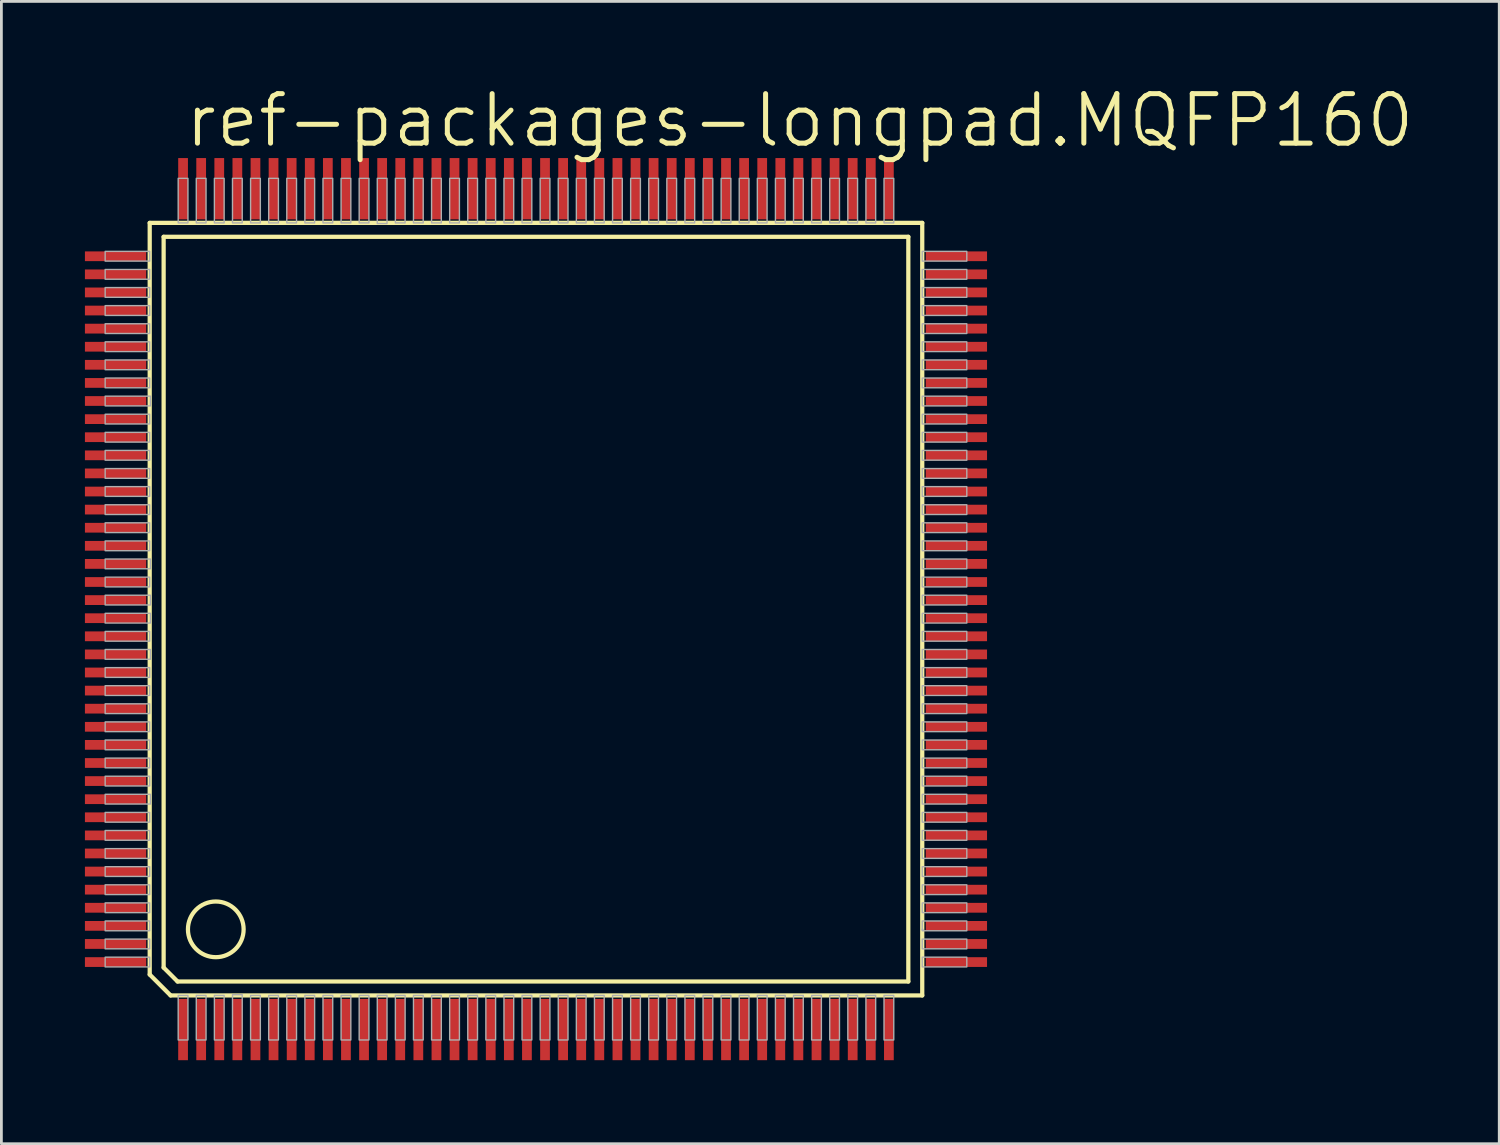
<source format=kicad_pcb>
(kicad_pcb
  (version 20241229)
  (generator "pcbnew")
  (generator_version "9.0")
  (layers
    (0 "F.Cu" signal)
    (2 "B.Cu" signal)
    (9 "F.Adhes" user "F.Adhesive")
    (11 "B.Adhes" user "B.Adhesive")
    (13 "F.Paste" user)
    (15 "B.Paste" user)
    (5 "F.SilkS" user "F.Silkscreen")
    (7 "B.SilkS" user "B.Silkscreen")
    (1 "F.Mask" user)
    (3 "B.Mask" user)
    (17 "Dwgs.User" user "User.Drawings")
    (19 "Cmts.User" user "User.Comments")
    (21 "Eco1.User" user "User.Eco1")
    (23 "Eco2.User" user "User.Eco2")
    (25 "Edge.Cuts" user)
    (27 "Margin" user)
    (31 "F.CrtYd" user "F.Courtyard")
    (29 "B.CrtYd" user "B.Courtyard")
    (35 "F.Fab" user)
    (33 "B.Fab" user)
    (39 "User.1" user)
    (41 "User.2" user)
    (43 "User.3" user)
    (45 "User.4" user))
  (footprint "ref-packages-longpad.MQFP160"
    (layer "F.Cu")
    (at 16.2 18.828)
    (property "Reference" "ref-packages-longpad.MQFP160" (at -12.7 -16.51 0) (layer "F.SilkS") (effects (font (size 1.778 1.778) (thickness 0.18)) (justify left bottom)))
    (attr smd)
    (fp_line (start -13.873 -13.873) (end -13.873 13.123) (stroke (width 0.152) (type default)) (layer "F.SilkS"))
    (fp_line (start -13.873 13.123) (end -13.123 13.873) (stroke (width 0.152) (type default)) (layer "F.SilkS"))
    (fp_line (start -13.373 -13.373) (end 13.373 -13.373) (stroke (width 0.152) (type default)) (layer "F.SilkS"))
    (fp_line (start -13.373 12.873) (end -13.373 -13.373) (stroke (width 0.152) (type default)) (layer "F.SilkS"))
    (fp_line (start -13.123 13.873) (end 13.873 13.873) (stroke (width 0.152) (type default)) (layer "F.SilkS"))
    (fp_line (start -12.873 13.373) (end -13.373 12.873) (stroke (width 0.152) (type default)) (layer "F.SilkS"))
    (fp_line (start 13.373 -13.373) (end 13.373 13.373) (stroke (width 0.152) (type default)) (layer "F.SilkS"))
    (fp_line (start 13.373 13.373) (end -12.873 13.373) (stroke (width 0.152) (type default)) (layer "F.SilkS"))
    (fp_line (start 13.873 -13.873) (end -13.873 -13.873) (stroke (width 0.152) (type default)) (layer "F.SilkS"))
    (fp_line (start 13.873 13.873) (end 13.873 -13.873) (stroke (width 0.152) (type default)) (layer "F.SilkS"))
    (fp_circle (center -11.5 11.5) (end -10.5 11.5) (stroke (width 0.152) (type default)) (fill no) (layer "F.SilkS"))
    (fp_rect (start -15.473 -12.5) (end -13.873 -12.85) (stroke (width 0.05) (type default)) (fill no) (layer "F.Fab"))
    (fp_rect (start -15.473 -11.85) (end -13.873 -12.2) (stroke (width 0.05) (type default)) (fill no) (layer "F.Fab"))
    (fp_rect (start -15.473 -11.2) (end -13.873 -11.55) (stroke (width 0.05) (type default)) (fill no) (layer "F.Fab"))
    (fp_rect (start -15.473 -10.55) (end -13.873 -10.9) (stroke (width 0.05) (type default)) (fill no) (layer "F.Fab"))
    (fp_rect (start -15.473 -9.9) (end -13.873 -10.25) (stroke (width 0.05) (type default)) (fill no) (layer "F.Fab"))
    (fp_rect (start -15.473 -9.25) (end -13.873 -9.6) (stroke (width 0.05) (type default)) (fill no) (layer "F.Fab"))
    (fp_rect (start -15.473 -8.6) (end -13.873 -8.95) (stroke (width 0.05) (type default)) (fill no) (layer "F.Fab"))
    (fp_rect (start -15.473 -7.95) (end -13.873 -8.3) (stroke (width 0.05) (type default)) (fill no) (layer "F.Fab"))
    (fp_rect (start -15.473 -7.3) (end -13.848 -7.65) (stroke (width 0.05) (type default)) (fill no) (layer "F.Fab"))
    (fp_rect (start -15.473 -6.65) (end -13.873 -7) (stroke (width 0.05) (type default)) (fill no) (layer "F.Fab"))
    (fp_rect (start -15.473 -6) (end -13.873 -6.35) (stroke (width 0.05) (type default)) (fill no) (layer "F.Fab"))
    (fp_rect (start -15.473 -5.35) (end -13.873 -5.7) (stroke (width 0.05) (type default)) (fill no) (layer "F.Fab"))
    (fp_rect (start -15.473 -4.7) (end -13.873 -5.05) (stroke (width 0.05) (type default)) (fill no) (layer "F.Fab"))
    (fp_rect (start -15.473 -4.05) (end -13.873 -4.4) (stroke (width 0.05) (type default)) (fill no) (layer "F.Fab"))
    (fp_rect (start -15.473 -3.4) (end -13.873 -3.75) (stroke (width 0.05) (type default)) (fill no) (layer "F.Fab"))
    (fp_rect (start -15.473 -2.75) (end -13.873 -3.1) (stroke (width 0.05) (type default)) (fill no) (layer "F.Fab"))
    (fp_rect (start -15.473 -2.1) (end -13.873 -2.45) (stroke (width 0.05) (type default)) (fill no) (layer "F.Fab"))
    (fp_rect (start -15.473 -1.45) (end -13.848 -1.8) (stroke (width 0.05) (type default)) (fill no) (layer "F.Fab"))
    (fp_rect (start -15.473 -0.8) (end -13.873 -1.15) (stroke (width 0.05) (type default)) (fill no) (layer "F.Fab"))
    (fp_rect (start -15.473 -0.15) (end -13.848 -0.5) (stroke (width 0.05) (type default)) (fill no) (layer "F.Fab"))
    (fp_rect (start -15.473 0.5) (end -13.848 0.15) (stroke (width 0.05) (type default)) (fill no) (layer "F.Fab"))
    (fp_rect (start -15.473 1.15) (end -13.873 0.8) (stroke (width 0.05) (type default)) (fill no) (layer "F.Fab"))
    (fp_rect (start -15.473 1.8) (end -13.848 1.45) (stroke (width 0.05) (type default)) (fill no) (layer "F.Fab"))
    (fp_rect (start -15.473 2.45) (end -13.873 2.1) (stroke (width 0.05) (type default)) (fill no) (layer "F.Fab"))
    (fp_rect (start -15.473 3.1) (end -13.873 2.75) (stroke (width 0.05) (type default)) (fill no) (layer "F.Fab"))
    (fp_rect (start -15.473 3.75) (end -13.873 3.4) (stroke (width 0.05) (type default)) (fill no) (layer "F.Fab"))
    (fp_rect (start -15.473 4.4) (end -13.873 4.05) (stroke (width 0.05) (type default)) (fill no) (layer "F.Fab"))
    (fp_rect (start -15.473 5.05) (end -13.873 4.7) (stroke (width 0.05) (type default)) (fill no) (layer "F.Fab"))
    (fp_rect (start -15.473 5.7) (end -13.873 5.35) (stroke (width 0.05) (type default)) (fill no) (layer "F.Fab"))
    (fp_rect (start -15.473 6.35) (end -13.873 6) (stroke (width 0.05) (type default)) (fill no) (layer "F.Fab"))
    (fp_rect (start -15.473 7) (end -13.848 6.65) (stroke (width 0.05) (type default)) (fill no) (layer "F.Fab"))
    (fp_rect (start -15.473 7.65) (end -13.873 7.3) (stroke (width 0.05) (type default)) (fill no) (layer "F.Fab"))
    (fp_rect (start -15.473 8.3) (end -13.873 7.95) (stroke (width 0.05) (type default)) (fill no) (layer "F.Fab"))
    (fp_rect (start -15.473 8.95) (end -13.873 8.6) (stroke (width 0.05) (type default)) (fill no) (layer "F.Fab"))
    (fp_rect (start -15.473 9.6) (end -13.873 9.25) (stroke (width 0.05) (type default)) (fill no) (layer "F.Fab"))
    (fp_rect (start -15.473 10.25) (end -13.873 9.9) (stroke (width 0.05) (type default)) (fill no) (layer "F.Fab"))
    (fp_rect (start -15.473 10.9) (end -13.873 10.55) (stroke (width 0.05) (type default)) (fill no) (layer "F.Fab"))
    (fp_rect (start -15.473 11.55) (end -13.873 11.2) (stroke (width 0.05) (type default)) (fill no) (layer "F.Fab"))
    (fp_rect (start -15.473 12.2) (end -13.873 11.85) (stroke (width 0.05) (type default)) (fill no) (layer "F.Fab"))
    (fp_rect (start -15.473 12.85) (end -13.873 12.5) (stroke (width 0.05) (type default)) (fill no) (layer "F.Fab"))
    (fp_rect (start -12.85 -13.873) (end -12.5 -15.473) (stroke (width 0.05) (type default)) (fill no) (layer "F.Fab"))
    (fp_rect (start -12.85 15.473) (end -12.5 13.873) (stroke (width 0.05) (type default)) (fill no) (layer "F.Fab"))
    (fp_rect (start -12.2 -13.873) (end -11.85 -15.473) (stroke (width 0.05) (type default)) (fill no) (layer "F.Fab"))
    (fp_rect (start -12.2 15.473) (end -11.85 13.873) (stroke (width 0.05) (type default)) (fill no) (layer "F.Fab"))
    (fp_rect (start -11.55 -13.873) (end -11.2 -15.473) (stroke (width 0.05) (type default)) (fill no) (layer "F.Fab"))
    (fp_rect (start -11.55 15.473) (end -11.2 13.873) (stroke (width 0.05) (type default)) (fill no) (layer "F.Fab"))
    (fp_rect (start -10.9 -13.873) (end -10.55 -15.473) (stroke (width 0.05) (type default)) (fill no) (layer "F.Fab"))
    (fp_rect (start -10.9 15.473) (end -10.55 13.848) (stroke (width 0.05) (type default)) (fill no) (layer "F.Fab"))
    (fp_rect (start -10.25 -13.873) (end -9.9 -15.473) (stroke (width 0.05) (type default)) (fill no) (layer "F.Fab"))
    (fp_rect (start -10.25 15.473) (end -9.9 13.873) (stroke (width 0.05) (type default)) (fill no) (layer "F.Fab"))
    (fp_rect (start -9.6 -13.873) (end -9.25 -15.473) (stroke (width 0.05) (type default)) (fill no) (layer "F.Fab"))
    (fp_rect (start -9.6 15.473) (end -9.25 13.873) (stroke (width 0.05) (type default)) (fill no) (layer "F.Fab"))
    (fp_rect (start -8.95 -13.873) (end -8.6 -15.473) (stroke (width 0.05) (type default)) (fill no) (layer "F.Fab"))
    (fp_rect (start -8.95 15.473) (end -8.6 13.873) (stroke (width 0.05) (type default)) (fill no) (layer "F.Fab"))
    (fp_rect (start -8.3 -13.873) (end -7.95 -15.473) (stroke (width 0.05) (type default)) (fill no) (layer "F.Fab"))
    (fp_rect (start -8.3 15.473) (end -7.95 13.873) (stroke (width 0.05) (type default)) (fill no) (layer "F.Fab"))
    (fp_rect (start -7.65 -13.873) (end -7.3 -15.473) (stroke (width 0.05) (type default)) (fill no) (layer "F.Fab"))
    (fp_rect (start -7.65 15.473) (end -7.3 13.873) (stroke (width 0.05) (type default)) (fill no) (layer "F.Fab"))
    (fp_rect (start -7 -13.873) (end -6.65 -15.473) (stroke (width 0.05) (type default)) (fill no) (layer "F.Fab"))
    (fp_rect (start -7 15.473) (end -6.65 13.873) (stroke (width 0.05) (type default)) (fill no) (layer "F.Fab"))
    (fp_rect (start -6.35 -13.873) (end -6 -15.473) (stroke (width 0.05) (type default)) (fill no) (layer "F.Fab"))
    (fp_rect (start -6.35 15.473) (end -6 13.873) (stroke (width 0.05) (type default)) (fill no) (layer "F.Fab"))
    (fp_rect (start -5.7 -13.848) (end -5.35 -15.473) (stroke (width 0.05) (type default)) (fill no) (layer "F.Fab"))
    (fp_rect (start -5.7 15.473) (end -5.35 13.873) (stroke (width 0.05) (type default)) (fill no) (layer "F.Fab"))
    (fp_rect (start -5.05 -13.873) (end -4.7 -15.473) (stroke (width 0.05) (type default)) (fill no) (layer "F.Fab"))
    (fp_rect (start -5.05 15.473) (end -4.7 13.873) (stroke (width 0.05) (type default)) (fill no) (layer "F.Fab"))
    (fp_rect (start -4.4 -13.873) (end -4.05 -15.473) (stroke (width 0.05) (type default)) (fill no) (layer "F.Fab"))
    (fp_rect (start -4.4 15.473) (end -4.05 13.873) (stroke (width 0.05) (type default)) (fill no) (layer "F.Fab"))
    (fp_rect (start -3.75 -13.873) (end -3.4 -15.473) (stroke (width 0.05) (type default)) (fill no) (layer "F.Fab"))
    (fp_rect (start -3.75 15.473) (end -3.4 13.873) (stroke (width 0.05) (type default)) (fill no) (layer "F.Fab"))
    (fp_rect (start -3.1 -13.873) (end -2.75 -15.473) (stroke (width 0.05) (type default)) (fill no) (layer "F.Fab"))
    (fp_rect (start -3.1 15.473) (end -2.75 13.873) (stroke (width 0.05) (type default)) (fill no) (layer "F.Fab"))
    (fp_rect (start -2.45 -13.873) (end -2.1 -15.473) (stroke (width 0.05) (type default)) (fill no) (layer "F.Fab"))
    (fp_rect (start -2.45 15.473) (end -2.1 13.873) (stroke (width 0.05) (type default)) (fill no) (layer "F.Fab"))
    (fp_rect (start -1.8 -13.873) (end -1.45 -15.473) (stroke (width 0.05) (type default)) (fill no) (layer "F.Fab"))
    (fp_rect (start -1.8 15.473) (end -1.45 13.873) (stroke (width 0.05) (type default)) (fill no) (layer "F.Fab"))
    (fp_rect (start -1.15 -13.873) (end -0.8 -15.473) (stroke (width 0.05) (type default)) (fill no) (layer "F.Fab"))
    (fp_rect (start -1.15 15.473) (end -0.8 13.873) (stroke (width 0.05) (type default)) (fill no) (layer "F.Fab"))
    (fp_rect (start -0.5 -13.873) (end -0.15 -15.473) (stroke (width 0.05) (type default)) (fill no) (layer "F.Fab"))
    (fp_rect (start -0.5 15.473) (end -0.15 13.873) (stroke (width 0.05) (type default)) (fill no) (layer "F.Fab"))
    (fp_rect (start 0.15 -13.873) (end 0.5 -15.473) (stroke (width 0.05) (type default)) (fill no) (layer "F.Fab"))
    (fp_rect (start 0.15 15.473) (end 0.5 13.873) (stroke (width 0.05) (type default)) (fill no) (layer "F.Fab"))
    (fp_rect (start 0.8 -13.873) (end 1.15 -15.473) (stroke (width 0.05) (type default)) (fill no) (layer "F.Fab"))
    (fp_rect (start 0.8 15.473) (end 1.15 13.873) (stroke (width 0.05) (type default)) (fill no) (layer "F.Fab"))
    (fp_rect (start 1.45 -13.873) (end 1.8 -15.473) (stroke (width 0.05) (type default)) (fill no) (layer "F.Fab"))
    (fp_rect (start 1.45 15.473) (end 1.8 13.873) (stroke (width 0.05) (type default)) (fill no) (layer "F.Fab"))
    (fp_rect (start 2.1 -13.873) (end 2.45 -15.473) (stroke (width 0.05) (type default)) (fill no) (layer "F.Fab"))
    (fp_rect (start 2.1 15.473) (end 2.45 13.873) (stroke (width 0.05) (type default)) (fill no) (layer "F.Fab"))
    (fp_rect (start 2.75 -13.873) (end 3.1 -15.473) (stroke (width 0.05) (type default)) (fill no) (layer "F.Fab"))
    (fp_rect (start 2.75 15.473) (end 3.1 13.873) (stroke (width 0.05) (type default)) (fill no) (layer "F.Fab"))
    (fp_rect (start 3.4 -13.873) (end 3.75 -15.473) (stroke (width 0.05) (type default)) (fill no) (layer "F.Fab"))
    (fp_rect (start 3.4 15.473) (end 3.75 13.873) (stroke (width 0.05) (type default)) (fill no) (layer "F.Fab"))
    (fp_rect (start 4.05 -13.873) (end 4.4 -15.473) (stroke (width 0.05) (type default)) (fill no) (layer "F.Fab"))
    (fp_rect (start 4.05 15.473) (end 4.4 13.873) (stroke (width 0.05) (type default)) (fill no) (layer "F.Fab"))
    (fp_rect (start 4.7 -13.873) (end 5.05 -15.473) (stroke (width 0.05) (type default)) (fill no) (layer "F.Fab"))
    (fp_rect (start 4.7 15.473) (end 5.05 13.873) (stroke (width 0.05) (type default)) (fill no) (layer "F.Fab"))
    (fp_rect (start 5.35 -13.873) (end 5.7 -15.473) (stroke (width 0.05) (type default)) (fill no) (layer "F.Fab"))
    (fp_rect (start 5.35 15.473) (end 5.7 13.873) (stroke (width 0.05) (type default)) (fill no) (layer "F.Fab"))
    (fp_rect (start 6 -13.873) (end 6.35 -15.473) (stroke (width 0.05) (type default)) (fill no) (layer "F.Fab"))
    (fp_rect (start 6 15.473) (end 6.35 13.873) (stroke (width 0.05) (type default)) (fill no) (layer "F.Fab"))
    (fp_rect (start 6.65 -13.873) (end 7 -15.473) (stroke (width 0.05) (type default)) (fill no) (layer "F.Fab"))
    (fp_rect (start 6.65 15.473) (end 7 13.873) (stroke (width 0.05) (type default)) (fill no) (layer "F.Fab"))
    (fp_rect (start 7.3 -13.873) (end 7.65 -15.473) (stroke (width 0.05) (type default)) (fill no) (layer "F.Fab"))
    (fp_rect (start 7.3 15.473) (end 7.65 13.873) (stroke (width 0.05) (type default)) (fill no) (layer "F.Fab"))
    (fp_rect (start 7.95 -13.873) (end 8.3 -15.473) (stroke (width 0.05) (type default)) (fill no) (layer "F.Fab"))
    (fp_rect (start 7.95 15.473) (end 8.3 13.873) (stroke (width 0.05) (type default)) (fill no) (layer "F.Fab"))
    (fp_rect (start 8.6 -13.873) (end 8.95 -15.473) (stroke (width 0.05) (type default)) (fill no) (layer "F.Fab"))
    (fp_rect (start 8.6 15.473) (end 8.95 13.873) (stroke (width 0.05) (type default)) (fill no) (layer "F.Fab"))
    (fp_rect (start 9.25 -13.873) (end 9.6 -15.473) (stroke (width 0.05) (type default)) (fill no) (layer "F.Fab"))
    (fp_rect (start 9.25 15.473) (end 9.6 13.873) (stroke (width 0.05) (type default)) (fill no) (layer "F.Fab"))
    (fp_rect (start 9.9 -13.873) (end 10.25 -15.473) (stroke (width 0.05) (type default)) (fill no) (layer "F.Fab"))
    (fp_rect (start 9.9 15.473) (end 10.25 13.873) (stroke (width 0.05) (type default)) (fill no) (layer "F.Fab"))
    (fp_rect (start 10.55 -13.873) (end 10.9 -15.473) (stroke (width 0.05) (type default)) (fill no) (layer "F.Fab"))
    (fp_rect (start 10.55 15.473) (end 10.9 13.873) (stroke (width 0.05) (type default)) (fill no) (layer "F.Fab"))
    (fp_rect (start 11.2 -13.873) (end 11.55 -15.473) (stroke (width 0.05) (type default)) (fill no) (layer "F.Fab"))
    (fp_rect (start 11.2 13.873) (end 11.225 13.848) (stroke (width 0.05) (type default)) (fill no) (layer "F.Fab"))
    (fp_rect (start 11.2 15.473) (end 11.55 13.873) (stroke (width 0.05) (type default)) (fill no) (layer "F.Fab"))
    (fp_rect (start 11.85 -13.873) (end 12.2 -15.473) (stroke (width 0.05) (type default)) (fill no) (layer "F.Fab"))
    (fp_rect (start 11.85 15.473) (end 12.2 13.873) (stroke (width 0.05) (type default)) (fill no) (layer "F.Fab"))
    (fp_rect (start 12.5 -13.873) (end 12.85 -15.473) (stroke (width 0.05) (type default)) (fill no) (layer "F.Fab"))
    (fp_rect (start 12.5 15.473) (end 12.85 13.873) (stroke (width 0.05) (type default)) (fill no) (layer "F.Fab"))
    (fp_rect (start 13.873 -12.5) (end 15.473 -12.85) (stroke (width 0.05) (type default)) (fill no) (layer "F.Fab"))
    (fp_rect (start 13.873 -11.85) (end 15.473 -12.2) (stroke (width 0.05) (type default)) (fill no) (layer "F.Fab"))
    (fp_rect (start 13.873 -11.2) (end 15.473 -11.55) (stroke (width 0.05) (type default)) (fill no) (layer "F.Fab"))
    (fp_rect (start 13.873 -10.55) (end 15.473 -10.9) (stroke (width 0.05) (type default)) (fill no) (layer "F.Fab"))
    (fp_rect (start 13.873 -9.9) (end 15.473 -10.25) (stroke (width 0.05) (type default)) (fill no) (layer "F.Fab"))
    (fp_rect (start 13.873 -9.25) (end 15.473 -9.6) (stroke (width 0.05) (type default)) (fill no) (layer "F.Fab"))
    (fp_rect (start 13.873 -8.6) (end 15.473 -8.95) (stroke (width 0.05) (type default)) (fill no) (layer "F.Fab"))
    (fp_rect (start 13.873 -7.95) (end 15.473 -8.3) (stroke (width 0.05) (type default)) (fill no) (layer "F.Fab"))
    (fp_rect (start 13.873 -7.3) (end 15.473 -7.65) (stroke (width 0.05) (type default)) (fill no) (layer "F.Fab"))
    (fp_rect (start 13.873 -6.65) (end 15.473 -7) (stroke (width 0.05) (type default)) (fill no) (layer "F.Fab"))
    (fp_rect (start 13.873 -6) (end 15.473 -6.35) (stroke (width 0.05) (type default)) (fill no) (layer "F.Fab"))
    (fp_rect (start 13.873 -5.35) (end 15.473 -5.7) (stroke (width 0.05) (type default)) (fill no) (layer "F.Fab"))
    (fp_rect (start 13.873 -4.7) (end 15.473 -5.05) (stroke (width 0.05) (type default)) (fill no) (layer "F.Fab"))
    (fp_rect (start 13.873 -4.05) (end 15.473 -4.4) (stroke (width 0.05) (type default)) (fill no) (layer "F.Fab"))
    (fp_rect (start 13.873 -3.4) (end 15.473 -3.75) (stroke (width 0.05) (type default)) (fill no) (layer "F.Fab"))
    (fp_rect (start 13.873 -2.75) (end 15.473 -3.1) (stroke (width 0.05) (type default)) (fill no) (layer "F.Fab"))
    (fp_rect (start 13.873 -2.1) (end 15.473 -2.45) (stroke (width 0.05) (type default)) (fill no) (layer "F.Fab"))
    (fp_rect (start 13.873 -1.45) (end 15.473 -1.8) (stroke (width 0.05) (type default)) (fill no) (layer "F.Fab"))
    (fp_rect (start 13.873 -0.8) (end 15.473 -1.15) (stroke (width 0.05) (type default)) (fill no) (layer "F.Fab"))
    (fp_rect (start 13.873 -0.15) (end 15.473 -0.5) (stroke (width 0.05) (type default)) (fill no) (layer "F.Fab"))
    (fp_rect (start 13.873 0.5) (end 15.473 0.15) (stroke (width 0.05) (type default)) (fill no) (layer "F.Fab"))
    (fp_rect (start 13.873 1.15) (end 15.473 0.8) (stroke (width 0.05) (type default)) (fill no) (layer "F.Fab"))
    (fp_rect (start 13.873 1.8) (end 15.473 1.45) (stroke (width 0.05) (type default)) (fill no) (layer "F.Fab"))
    (fp_rect (start 13.873 2.45) (end 15.473 2.1) (stroke (width 0.05) (type default)) (fill no) (layer "F.Fab"))
    (fp_rect (start 13.873 3.1) (end 15.473 2.75) (stroke (width 0.05) (type default)) (fill no) (layer "F.Fab"))
    (fp_rect (start 13.873 3.75) (end 15.473 3.4) (stroke (width 0.05) (type default)) (fill no) (layer "F.Fab"))
    (fp_rect (start 13.873 4.4) (end 15.473 4.05) (stroke (width 0.05) (type default)) (fill no) (layer "F.Fab"))
    (fp_rect (start 13.873 5.05) (end 15.473 4.7) (stroke (width 0.05) (type default)) (fill no) (layer "F.Fab"))
    (fp_rect (start 13.873 5.7) (end 15.473 5.35) (stroke (width 0.05) (type default)) (fill no) (layer "F.Fab"))
    (fp_rect (start 13.873 6.35) (end 15.473 6) (stroke (width 0.05) (type default)) (fill no) (layer "F.Fab"))
    (fp_rect (start 13.873 7) (end 15.473 6.65) (stroke (width 0.05) (type default)) (fill no) (layer "F.Fab"))
    (fp_rect (start 13.873 7.65) (end 15.473 7.3) (stroke (width 0.05) (type default)) (fill no) (layer "F.Fab"))
    (fp_rect (start 13.873 8.3) (end 15.473 7.95) (stroke (width 0.05) (type default)) (fill no) (layer "F.Fab"))
    (fp_rect (start 13.873 8.95) (end 15.473 8.6) (stroke (width 0.05) (type default)) (fill no) (layer "F.Fab"))
    (fp_rect (start 13.873 9.6) (end 15.473 9.25) (stroke (width 0.05) (type default)) (fill no) (layer "F.Fab"))
    (fp_rect (start 13.873 10.25) (end 15.473 9.9) (stroke (width 0.05) (type default)) (fill no) (layer "F.Fab"))
    (fp_rect (start 13.873 10.9) (end 15.473 10.55) (stroke (width 0.05) (type default)) (fill no) (layer "F.Fab"))
    (fp_rect (start 13.873 11.525) (end 13.898 11.5) (stroke (width 0.05) (type default)) (fill no) (layer "F.Fab"))
    (fp_rect (start 13.873 11.55) (end 15.473 11.2) (stroke (width 0.05) (type default)) (fill no) (layer "F.Fab"))
    (fp_rect (start 13.873 12.2) (end 15.473 11.85) (stroke (width 0.05) (type default)) (fill no) (layer "F.Fab"))
    (fp_rect (start 13.873 12.85) (end 15.473 12.5) (stroke (width 0.05) (type default)) (fill no) (layer "F.Fab"))
    (pad "1" smd roundrect (at -12.675 15.1) (size 0.35 2.2) (layers "F.Cu" "F.Mask" "F.Paste") (roundrect_rratio 0.01))
    (pad "2" smd roundrect (at -12.025 15.1) (size 0.35 2.2) (layers "F.Cu" "F.Mask" "F.Paste") (roundrect_rratio 0.01))
    (pad "3" smd roundrect (at -11.375 15.1) (size 0.35 2.2) (layers "F.Cu" "F.Mask" "F.Paste") (roundrect_rratio 0.01))
    (pad "4" smd roundrect (at -10.725 15.1) (size 0.35 2.2) (layers "F.Cu" "F.Mask" "F.Paste") (roundrect_rratio 0.01))
    (pad "5" smd roundrect (at -10.075 15.1) (size 0.35 2.2) (layers "F.Cu" "F.Mask" "F.Paste") (roundrect_rratio 0.01))
    (pad "6" smd roundrect (at -9.425 15.1) (size 0.35 2.2) (layers "F.Cu" "F.Mask" "F.Paste") (roundrect_rratio 0.01))
    (pad "7" smd roundrect (at -8.775 15.1) (size 0.35 2.2) (layers "F.Cu" "F.Mask" "F.Paste") (roundrect_rratio 0.01))
    (pad "8" smd roundrect (at -8.125 15.1) (size 0.35 2.2) (layers "F.Cu" "F.Mask" "F.Paste") (roundrect_rratio 0.01))
    (pad "9" smd roundrect (at -7.475 15.1) (size 0.35 2.2) (layers "F.Cu" "F.Mask" "F.Paste") (roundrect_rratio 0.01))
    (pad "10" smd roundrect (at -6.825 15.1) (size 0.35 2.2) (layers "F.Cu" "F.Mask" "F.Paste") (roundrect_rratio 0.01))
    (pad "11" smd roundrect (at -6.175 15.1) (size 0.35 2.2) (layers "F.Cu" "F.Mask" "F.Paste") (roundrect_rratio 0.01))
    (pad "12" smd roundrect (at -5.525 15.1) (size 0.35 2.2) (layers "F.Cu" "F.Mask" "F.Paste") (roundrect_rratio 0.01))
    (pad "13" smd roundrect (at -4.875 15.1) (size 0.35 2.2) (layers "F.Cu" "F.Mask" "F.Paste") (roundrect_rratio 0.01))
    (pad "14" smd roundrect (at -4.225 15.1) (size 0.35 2.2) (layers "F.Cu" "F.Mask" "F.Paste") (roundrect_rratio 0.01))
    (pad "15" smd roundrect (at -3.575 15.1) (size 0.35 2.2) (layers "F.Cu" "F.Mask" "F.Paste") (roundrect_rratio 0.01))
    (pad "16" smd roundrect (at -2.925 15.1) (size 0.35 2.2) (layers "F.Cu" "F.Mask" "F.Paste") (roundrect_rratio 0.01))
    (pad "17" smd roundrect (at -2.275 15.1) (size 0.35 2.2) (layers "F.Cu" "F.Mask" "F.Paste") (roundrect_rratio 0.01))
    (pad "18" smd roundrect (at -1.625 15.1) (size 0.35 2.2) (layers "F.Cu" "F.Mask" "F.Paste") (roundrect_rratio 0.01))
    (pad "19" smd roundrect (at -0.975 15.1) (size 0.35 2.2) (layers "F.Cu" "F.Mask" "F.Paste") (roundrect_rratio 0.01))
    (pad "20" smd roundrect (at -0.325 15.1) (size 0.35 2.2) (layers "F.Cu" "F.Mask" "F.Paste") (roundrect_rratio 0.01))
    (pad "21" smd roundrect (at 0.325 15.1) (size 0.35 2.2) (layers "F.Cu" "F.Mask" "F.Paste") (roundrect_rratio 0.01))
    (pad "22" smd roundrect (at 0.975 15.1) (size 0.35 2.2) (layers "F.Cu" "F.Mask" "F.Paste") (roundrect_rratio 0.01))
    (pad "23" smd roundrect (at 1.625 15.1) (size 0.35 2.2) (layers "F.Cu" "F.Mask" "F.Paste") (roundrect_rratio 0.01))
    (pad "24" smd roundrect (at 2.275 15.1) (size 0.35 2.2) (layers "F.Cu" "F.Mask" "F.Paste") (roundrect_rratio 0.01))
    (pad "25" smd roundrect (at 2.925 15.1) (size 0.35 2.2) (layers "F.Cu" "F.Mask" "F.Paste") (roundrect_rratio 0.01))
    (pad "26" smd roundrect (at 3.575 15.1) (size 0.35 2.2) (layers "F.Cu" "F.Mask" "F.Paste") (roundrect_rratio 0.01))
    (pad "27" smd roundrect (at 4.225 15.1) (size 0.35 2.2) (layers "F.Cu" "F.Mask" "F.Paste") (roundrect_rratio 0.01))
    (pad "28" smd roundrect (at 4.875 15.1) (size 0.35 2.2) (layers "F.Cu" "F.Mask" "F.Paste") (roundrect_rratio 0.01))
    (pad "29" smd roundrect (at 5.525 15.1) (size 0.35 2.2) (layers "F.Cu" "F.Mask" "F.Paste") (roundrect_rratio 0.01))
    (pad "30" smd roundrect (at 6.175 15.1) (size 0.35 2.2) (layers "F.Cu" "F.Mask" "F.Paste") (roundrect_rratio 0.01))
    (pad "31" smd roundrect (at 6.825 15.1) (size 0.35 2.2) (layers "F.Cu" "F.Mask" "F.Paste") (roundrect_rratio 0.01))
    (pad "32" smd roundrect (at 7.475 15.1) (size 0.35 2.2) (layers "F.Cu" "F.Mask" "F.Paste") (roundrect_rratio 0.01))
    (pad "33" smd roundrect (at 8.125 15.1) (size 0.35 2.2) (layers "F.Cu" "F.Mask" "F.Paste") (roundrect_rratio 0.01))
    (pad "34" smd roundrect (at 8.775 15.1) (size 0.35 2.2) (layers "F.Cu" "F.Mask" "F.Paste") (roundrect_rratio 0.01))
    (pad "35" smd roundrect (at 9.425 15.1) (size 0.35 2.2) (layers "F.Cu" "F.Mask" "F.Paste") (roundrect_rratio 0.01))
    (pad "36" smd roundrect (at 10.075 15.1) (size 0.35 2.2) (layers "F.Cu" "F.Mask" "F.Paste") (roundrect_rratio 0.01))
    (pad "37" smd roundrect (at 10.725 15.1) (size 0.35 2.2) (layers "F.Cu" "F.Mask" "F.Paste") (roundrect_rratio 0.01))
    (pad "38" smd roundrect (at 11.375 15.1) (size 0.35 2.2) (layers "F.Cu" "F.Mask" "F.Paste") (roundrect_rratio 0.01))
    (pad "39" smd roundrect (at 12.025 15.1) (size 0.35 2.2) (layers "F.Cu" "F.Mask" "F.Paste") (roundrect_rratio 0.01))
    (pad "40" smd roundrect (at 12.675 15.1) (size 0.35 2.2) (layers "F.Cu" "F.Mask" "F.Paste") (roundrect_rratio 0.01))
    (pad "41" smd roundrect (at 15.1 12.675) (size 2.2 0.35) (layers "F.Cu" "F.Mask" "F.Paste") (roundrect_rratio 0.01))
    (pad "42" smd roundrect (at 15.1 12.025) (size 2.2 0.35) (layers "F.Cu" "F.Mask" "F.Paste") (roundrect_rratio 0.01))
    (pad "43" smd roundrect (at 15.1 11.375) (size 2.2 0.35) (layers "F.Cu" "F.Mask" "F.Paste") (roundrect_rratio 0.01))
    (pad "44" smd roundrect (at 15.1 10.725) (size 2.2 0.35) (layers "F.Cu" "F.Mask" "F.Paste") (roundrect_rratio 0.01))
    (pad "45" smd roundrect (at 15.1 10.075) (size 2.2 0.35) (layers "F.Cu" "F.Mask" "F.Paste") (roundrect_rratio 0.01))
    (pad "46" smd roundrect (at 15.1 9.425) (size 2.2 0.35) (layers "F.Cu" "F.Mask" "F.Paste") (roundrect_rratio 0.01))
    (pad "47" smd roundrect (at 15.1 8.775) (size 2.2 0.35) (layers "F.Cu" "F.Mask" "F.Paste") (roundrect_rratio 0.01))
    (pad "48" smd roundrect (at 15.1 8.125) (size 2.2 0.35) (layers "F.Cu" "F.Mask" "F.Paste") (roundrect_rratio 0.01))
    (pad "49" smd roundrect (at 15.1 7.475) (size 2.2 0.35) (layers "F.Cu" "F.Mask" "F.Paste") (roundrect_rratio 0.01))
    (pad "50" smd roundrect (at 15.1 6.825) (size 2.2 0.35) (layers "F.Cu" "F.Mask" "F.Paste") (roundrect_rratio 0.01))
    (pad "51" smd roundrect (at 15.1 6.175) (size 2.2 0.35) (layers "F.Cu" "F.Mask" "F.Paste") (roundrect_rratio 0.01))
    (pad "52" smd roundrect (at 15.1 5.525) (size 2.2 0.35) (layers "F.Cu" "F.Mask" "F.Paste") (roundrect_rratio 0.01))
    (pad "53" smd roundrect (at 15.1 4.875) (size 2.2 0.35) (layers "F.Cu" "F.Mask" "F.Paste") (roundrect_rratio 0.01))
    (pad "54" smd roundrect (at 15.1 4.225) (size 2.2 0.35) (layers "F.Cu" "F.Mask" "F.Paste") (roundrect_rratio 0.01))
    (pad "55" smd roundrect (at 15.1 3.575) (size 2.2 0.35) (layers "F.Cu" "F.Mask" "F.Paste") (roundrect_rratio 0.01))
    (pad "56" smd roundrect (at 15.1 2.925) (size 2.2 0.35) (layers "F.Cu" "F.Mask" "F.Paste") (roundrect_rratio 0.01))
    (pad "57" smd roundrect (at 15.1 2.275) (size 2.2 0.35) (layers "F.Cu" "F.Mask" "F.Paste") (roundrect_rratio 0.01))
    (pad "58" smd roundrect (at 15.1 1.625) (size 2.2 0.35) (layers "F.Cu" "F.Mask" "F.Paste") (roundrect_rratio 0.01))
    (pad "59" smd roundrect (at 15.1 0.975) (size 2.2 0.35) (layers "F.Cu" "F.Mask" "F.Paste") (roundrect_rratio 0.01))
    (pad "60" smd roundrect (at 15.1 0.325) (size 2.2 0.35) (layers "F.Cu" "F.Mask" "F.Paste") (roundrect_rratio 0.01))
    (pad "61" smd roundrect (at 15.1 -0.325) (size 2.2 0.35) (layers "F.Cu" "F.Mask" "F.Paste") (roundrect_rratio 0.01))
    (pad "62" smd roundrect (at 15.1 -0.975) (size 2.2 0.35) (layers "F.Cu" "F.Mask" "F.Paste") (roundrect_rratio 0.01))
    (pad "63" smd roundrect (at 15.1 -1.625) (size 2.2 0.35) (layers "F.Cu" "F.Mask" "F.Paste") (roundrect_rratio 0.01))
    (pad "64" smd roundrect (at 15.1 -2.275) (size 2.2 0.35) (layers "F.Cu" "F.Mask" "F.Paste") (roundrect_rratio 0.01))
    (pad "65" smd roundrect (at 15.1 -2.925) (size 2.2 0.35) (layers "F.Cu" "F.Mask" "F.Paste") (roundrect_rratio 0.01))
    (pad "66" smd roundrect (at 15.1 -3.575) (size 2.2 0.35) (layers "F.Cu" "F.Mask" "F.Paste") (roundrect_rratio 0.01))
    (pad "67" smd roundrect (at 15.1 -4.225) (size 2.2 0.35) (layers "F.Cu" "F.Mask" "F.Paste") (roundrect_rratio 0.01))
    (pad "68" smd roundrect (at 15.1 -4.875) (size 2.2 0.35) (layers "F.Cu" "F.Mask" "F.Paste") (roundrect_rratio 0.01))
    (pad "69" smd roundrect (at 15.1 -5.525) (size 2.2 0.35) (layers "F.Cu" "F.Mask" "F.Paste") (roundrect_rratio 0.01))
    (pad "70" smd roundrect (at 15.1 -6.175) (size 2.2 0.35) (layers "F.Cu" "F.Mask" "F.Paste") (roundrect_rratio 0.01))
    (pad "71" smd roundrect (at 15.1 -6.825) (size 2.2 0.35) (layers "F.Cu" "F.Mask" "F.Paste") (roundrect_rratio 0.01))
    (pad "72" smd roundrect (at 15.1 -7.475) (size 2.2 0.35) (layers "F.Cu" "F.Mask" "F.Paste") (roundrect_rratio 0.01))
    (pad "73" smd roundrect (at 15.1 -8.125) (size 2.2 0.35) (layers "F.Cu" "F.Mask" "F.Paste") (roundrect_rratio 0.01))
    (pad "74" smd roundrect (at 15.1 -8.775) (size 2.2 0.35) (layers "F.Cu" "F.Mask" "F.Paste") (roundrect_rratio 0.01))
    (pad "75" smd roundrect (at 15.1 -9.425) (size 2.2 0.35) (layers "F.Cu" "F.Mask" "F.Paste") (roundrect_rratio 0.01))
    (pad "76" smd roundrect (at 15.1 -10.075) (size 2.2 0.35) (layers "F.Cu" "F.Mask" "F.Paste") (roundrect_rratio 0.01))
    (pad "77" smd roundrect (at 15.1 -10.725) (size 2.2 0.35) (layers "F.Cu" "F.Mask" "F.Paste") (roundrect_rratio 0.01))
    (pad "78" smd roundrect (at 15.1 -11.375) (size 2.2 0.35) (layers "F.Cu" "F.Mask" "F.Paste") (roundrect_rratio 0.01))
    (pad "79" smd roundrect (at 15.1 -12.025) (size 2.2 0.35) (layers "F.Cu" "F.Mask" "F.Paste") (roundrect_rratio 0.01))
    (pad "80" smd roundrect (at 15.1 -12.675) (size 2.2 0.35) (layers "F.Cu" "F.Mask" "F.Paste") (roundrect_rratio 0.01))
    (pad "81" smd roundrect (at 12.675 -15.1) (size 0.35 2.2) (layers "F.Cu" "F.Mask" "F.Paste") (roundrect_rratio 0.01))
    (pad "82" smd roundrect (at 12.025 -15.1) (size 0.35 2.2) (layers "F.Cu" "F.Mask" "F.Paste") (roundrect_rratio 0.01))
    (pad "83" smd roundrect (at 11.375 -15.1) (size 0.35 2.2) (layers "F.Cu" "F.Mask" "F.Paste") (roundrect_rratio 0.01))
    (pad "84" smd roundrect (at 10.725 -15.1) (size 0.35 2.2) (layers "F.Cu" "F.Mask" "F.Paste") (roundrect_rratio 0.01))
    (pad "85" smd roundrect (at 10.075 -15.1) (size 0.35 2.2) (layers "F.Cu" "F.Mask" "F.Paste") (roundrect_rratio 0.01))
    (pad "86" smd roundrect (at 9.425 -15.1) (size 0.35 2.2) (layers "F.Cu" "F.Mask" "F.Paste") (roundrect_rratio 0.01))
    (pad "87" smd roundrect (at 8.775 -15.1) (size 0.35 2.2) (layers "F.Cu" "F.Mask" "F.Paste") (roundrect_rratio 0.01))
    (pad "88" smd roundrect (at 8.125 -15.1) (size 0.35 2.2) (layers "F.Cu" "F.Mask" "F.Paste") (roundrect_rratio 0.01))
    (pad "89" smd roundrect (at 7.475 -15.1) (size 0.35 2.2) (layers "F.Cu" "F.Mask" "F.Paste") (roundrect_rratio 0.01))
    (pad "90" smd roundrect (at 6.825 -15.1) (size 0.35 2.2) (layers "F.Cu" "F.Mask" "F.Paste") (roundrect_rratio 0.01))
    (pad "91" smd roundrect (at 6.175 -15.1) (size 0.35 2.2) (layers "F.Cu" "F.Mask" "F.Paste") (roundrect_rratio 0.01))
    (pad "92" smd roundrect (at 5.525 -15.1) (size 0.35 2.2) (layers "F.Cu" "F.Mask" "F.Paste") (roundrect_rratio 0.01))
    (pad "93" smd roundrect (at 4.875 -15.1) (size 0.35 2.2) (layers "F.Cu" "F.Mask" "F.Paste") (roundrect_rratio 0.01))
    (pad "94" smd roundrect (at 4.225 -15.1) (size 0.35 2.2) (layers "F.Cu" "F.Mask" "F.Paste") (roundrect_rratio 0.01))
    (pad "95" smd roundrect (at 3.575 -15.1) (size 0.35 2.2) (layers "F.Cu" "F.Mask" "F.Paste") (roundrect_rratio 0.01))
    (pad "96" smd roundrect (at 2.925 -15.1) (size 0.35 2.2) (layers "F.Cu" "F.Mask" "F.Paste") (roundrect_rratio 0.01))
    (pad "97" smd roundrect (at 2.275 -15.1) (size 0.35 2.2) (layers "F.Cu" "F.Mask" "F.Paste") (roundrect_rratio 0.01))
    (pad "98" smd roundrect (at 1.625 -15.1) (size 0.35 2.2) (layers "F.Cu" "F.Mask" "F.Paste") (roundrect_rratio 0.01))
    (pad "99" smd roundrect (at 0.975 -15.1) (size 0.35 2.2) (layers "F.Cu" "F.Mask" "F.Paste") (roundrect_rratio 0.01))
    (pad "100" smd roundrect (at 0.325 -15.1) (size 0.35 2.2) (layers "F.Cu" "F.Mask" "F.Paste") (roundrect_rratio 0.01))
    (pad "101" smd roundrect (at -0.325 -15.1) (size 0.35 2.2) (layers "F.Cu" "F.Mask" "F.Paste") (roundrect_rratio 0.01))
    (pad "102" smd roundrect (at -0.975 -15.1) (size 0.35 2.2) (layers "F.Cu" "F.Mask" "F.Paste") (roundrect_rratio 0.01))
    (pad "103" smd roundrect (at -1.625 -15.1) (size 0.35 2.2) (layers "F.Cu" "F.Mask" "F.Paste") (roundrect_rratio 0.01))
    (pad "104" smd roundrect (at -2.275 -15.1) (size 0.35 2.2) (layers "F.Cu" "F.Mask" "F.Paste") (roundrect_rratio 0.01))
    (pad "105" smd roundrect (at -2.925 -15.1) (size 0.35 2.2) (layers "F.Cu" "F.Mask" "F.Paste") (roundrect_rratio 0.01))
    (pad "106" smd roundrect (at -3.575 -15.1) (size 0.35 2.2) (layers "F.Cu" "F.Mask" "F.Paste") (roundrect_rratio 0.01))
    (pad "107" smd roundrect (at -4.225 -15.1) (size 0.35 2.2) (layers "F.Cu" "F.Mask" "F.Paste") (roundrect_rratio 0.01))
    (pad "108" smd roundrect (at -4.875 -15.1) (size 0.35 2.2) (layers "F.Cu" "F.Mask" "F.Paste") (roundrect_rratio 0.01))
    (pad "109" smd roundrect (at -5.525 -15.1) (size 0.35 2.2) (layers "F.Cu" "F.Mask" "F.Paste") (roundrect_rratio 0.01))
    (pad "110" smd roundrect (at -6.175 -15.1) (size 0.35 2.2) (layers "F.Cu" "F.Mask" "F.Paste") (roundrect_rratio 0.01))
    (pad "111" smd roundrect (at -6.825 -15.1) (size 0.35 2.2) (layers "F.Cu" "F.Mask" "F.Paste") (roundrect_rratio 0.01))
    (pad "112" smd roundrect (at -7.475 -15.1) (size 0.35 2.2) (layers "F.Cu" "F.Mask" "F.Paste") (roundrect_rratio 0.01))
    (pad "113" smd roundrect (at -8.125 -15.1) (size 0.35 2.2) (layers "F.Cu" "F.Mask" "F.Paste") (roundrect_rratio 0.01))
    (pad "114" smd roundrect (at -8.775 -15.1) (size 0.35 2.2) (layers "F.Cu" "F.Mask" "F.Paste") (roundrect_rratio 0.01))
    (pad "115" smd roundrect (at -9.425 -15.1) (size 0.35 2.2) (layers "F.Cu" "F.Mask" "F.Paste") (roundrect_rratio 0.01))
    (pad "116" smd roundrect (at -10.075 -15.1) (size 0.35 2.2) (layers "F.Cu" "F.Mask" "F.Paste") (roundrect_rratio 0.01))
    (pad "117" smd roundrect (at -10.725 -15.1) (size 0.35 2.2) (layers "F.Cu" "F.Mask" "F.Paste") (roundrect_rratio 0.01))
    (pad "118" smd roundrect (at -11.375 -15.1) (size 0.35 2.2) (layers "F.Cu" "F.Mask" "F.Paste") (roundrect_rratio 0.01))
    (pad "119" smd roundrect (at -12.025 -15.1) (size 0.35 2.2) (layers "F.Cu" "F.Mask" "F.Paste") (roundrect_rratio 0.01))
    (pad "120" smd roundrect (at -12.675 -15.1) (size 0.35 2.2) (layers "F.Cu" "F.Mask" "F.Paste") (roundrect_rratio 0.01))
    (pad "121" smd roundrect (at -15.1 -12.675) (size 2.2 0.35) (layers "F.Cu" "F.Mask" "F.Paste") (roundrect_rratio 0.01))
    (pad "122" smd roundrect (at -15.1 -12.025) (size 2.2 0.35) (layers "F.Cu" "F.Mask" "F.Paste") (roundrect_rratio 0.01))
    (pad "123" smd roundrect (at -15.1 -11.375) (size 2.2 0.35) (layers "F.Cu" "F.Mask" "F.Paste") (roundrect_rratio 0.01))
    (pad "124" smd roundrect (at -15.1 -10.725) (size 2.2 0.35) (layers "F.Cu" "F.Mask" "F.Paste") (roundrect_rratio 0.01))
    (pad "125" smd roundrect (at -15.1 -10.075) (size 2.2 0.35) (layers "F.Cu" "F.Mask" "F.Paste") (roundrect_rratio 0.01))
    (pad "126" smd roundrect (at -15.1 -9.425) (size 2.2 0.35) (layers "F.Cu" "F.Mask" "F.Paste") (roundrect_rratio 0.01))
    (pad "127" smd roundrect (at -15.1 -8.775) (size 2.2 0.35) (layers "F.Cu" "F.Mask" "F.Paste") (roundrect_rratio 0.01))
    (pad "128" smd roundrect (at -15.1 -8.125) (size 2.2 0.35) (layers "F.Cu" "F.Mask" "F.Paste") (roundrect_rratio 0.01))
    (pad "129" smd roundrect (at -15.1 -7.475) (size 2.2 0.35) (layers "F.Cu" "F.Mask" "F.Paste") (roundrect_rratio 0.01))
    (pad "130" smd roundrect (at -15.1 -6.825) (size 2.2 0.35) (layers "F.Cu" "F.Mask" "F.Paste") (roundrect_rratio 0.01))
    (pad "131" smd roundrect (at -15.1 -6.175) (size 2.2 0.35) (layers "F.Cu" "F.Mask" "F.Paste") (roundrect_rratio 0.01))
    (pad "132" smd roundrect (at -15.1 -5.525) (size 2.2 0.35) (layers "F.Cu" "F.Mask" "F.Paste") (roundrect_rratio 0.01))
    (pad "133" smd roundrect (at -15.1 -4.875) (size 2.2 0.35) (layers "F.Cu" "F.Mask" "F.Paste") (roundrect_rratio 0.01))
    (pad "134" smd roundrect (at -15.1 -4.225) (size 2.2 0.35) (layers "F.Cu" "F.Mask" "F.Paste") (roundrect_rratio 0.01))
    (pad "135" smd roundrect (at -15.1 -3.575) (size 2.2 0.35) (layers "F.Cu" "F.Mask" "F.Paste") (roundrect_rratio 0.01))
    (pad "136" smd roundrect (at -15.1 -2.925) (size 2.2 0.35) (layers "F.Cu" "F.Mask" "F.Paste") (roundrect_rratio 0.01))
    (pad "137" smd roundrect (at -15.1 -2.275) (size 2.2 0.35) (layers "F.Cu" "F.Mask" "F.Paste") (roundrect_rratio 0.01))
    (pad "138" smd roundrect (at -15.1 -1.625) (size 2.2 0.35) (layers "F.Cu" "F.Mask" "F.Paste") (roundrect_rratio 0.01))
    (pad "139" smd roundrect (at -15.1 -0.975) (size 2.2 0.35) (layers "F.Cu" "F.Mask" "F.Paste") (roundrect_rratio 0.01))
    (pad "140" smd roundrect (at -15.1 -0.325) (size 2.2 0.35) (layers "F.Cu" "F.Mask" "F.Paste") (roundrect_rratio 0.01))
    (pad "141" smd roundrect (at -15.1 0.325) (size 2.2 0.35) (layers "F.Cu" "F.Mask" "F.Paste") (roundrect_rratio 0.01))
    (pad "142" smd roundrect (at -15.1 0.975) (size 2.2 0.35) (layers "F.Cu" "F.Mask" "F.Paste") (roundrect_rratio 0.01))
    (pad "143" smd roundrect (at -15.1 1.625) (size 2.2 0.35) (layers "F.Cu" "F.Mask" "F.Paste") (roundrect_rratio 0.01))
    (pad "144" smd roundrect (at -15.1 2.275) (size 2.2 0.35) (layers "F.Cu" "F.Mask" "F.Paste") (roundrect_rratio 0.01))
    (pad "145" smd roundrect (at -15.1 2.925) (size 2.2 0.35) (layers "F.Cu" "F.Mask" "F.Paste") (roundrect_rratio 0.01))
    (pad "146" smd roundrect (at -15.1 3.575) (size 2.2 0.35) (layers "F.Cu" "F.Mask" "F.Paste") (roundrect_rratio 0.01))
    (pad "147" smd roundrect (at -15.1 4.225) (size 2.2 0.35) (layers "F.Cu" "F.Mask" "F.Paste") (roundrect_rratio 0.01))
    (pad "148" smd roundrect (at -15.1 4.875) (size 2.2 0.35) (layers "F.Cu" "F.Mask" "F.Paste") (roundrect_rratio 0.01))
    (pad "149" smd roundrect (at -15.1 5.525) (size 2.2 0.35) (layers "F.Cu" "F.Mask" "F.Paste") (roundrect_rratio 0.01))
    (pad "150" smd roundrect (at -15.1 6.175) (size 2.2 0.35) (layers "F.Cu" "F.Mask" "F.Paste") (roundrect_rratio 0.01))
    (pad "151" smd roundrect (at -15.1 6.825) (size 2.2 0.35) (layers "F.Cu" "F.Mask" "F.Paste") (roundrect_rratio 0.01))
    (pad "152" smd roundrect (at -15.1 7.475) (size 2.2 0.35) (layers "F.Cu" "F.Mask" "F.Paste") (roundrect_rratio 0.01))
    (pad "153" smd roundrect (at -15.1 8.125) (size 2.2 0.35) (layers "F.Cu" "F.Mask" "F.Paste") (roundrect_rratio 0.01))
    (pad "154" smd roundrect (at -15.1 8.775) (size 2.2 0.35) (layers "F.Cu" "F.Mask" "F.Paste") (roundrect_rratio 0.01))
    (pad "155" smd roundrect (at -15.1 9.425) (size 2.2 0.35) (layers "F.Cu" "F.Mask" "F.Paste") (roundrect_rratio 0.01))
    (pad "156" smd roundrect (at -15.1 10.075) (size 2.2 0.35) (layers "F.Cu" "F.Mask" "F.Paste") (roundrect_rratio 0.01))
    (pad "157" smd roundrect (at -15.1 10.725) (size 2.2 0.35) (layers "F.Cu" "F.Mask" "F.Paste") (roundrect_rratio 0.01))
    (pad "158" smd roundrect (at -15.1 11.375) (size 2.2 0.35) (layers "F.Cu" "F.Mask" "F.Paste") (roundrect_rratio 0.01))
    (pad "159" smd roundrect (at -15.1 12.025) (size 2.2 0.35) (layers "F.Cu" "F.Mask" "F.Paste") (roundrect_rratio 0.01))
    (pad "160" smd roundrect (at -15.1 12.675) (size 2.2 0.35) (layers "F.Cu" "F.Mask" "F.Paste") (roundrect_rratio 0.01)))
  (gr_rect
    (start -3 -3)
    (end 50.796 38.028)
    (stroke (width 0.1) (type default))
    (fill no)
    (layer "Edge.Cuts")))
</source>
